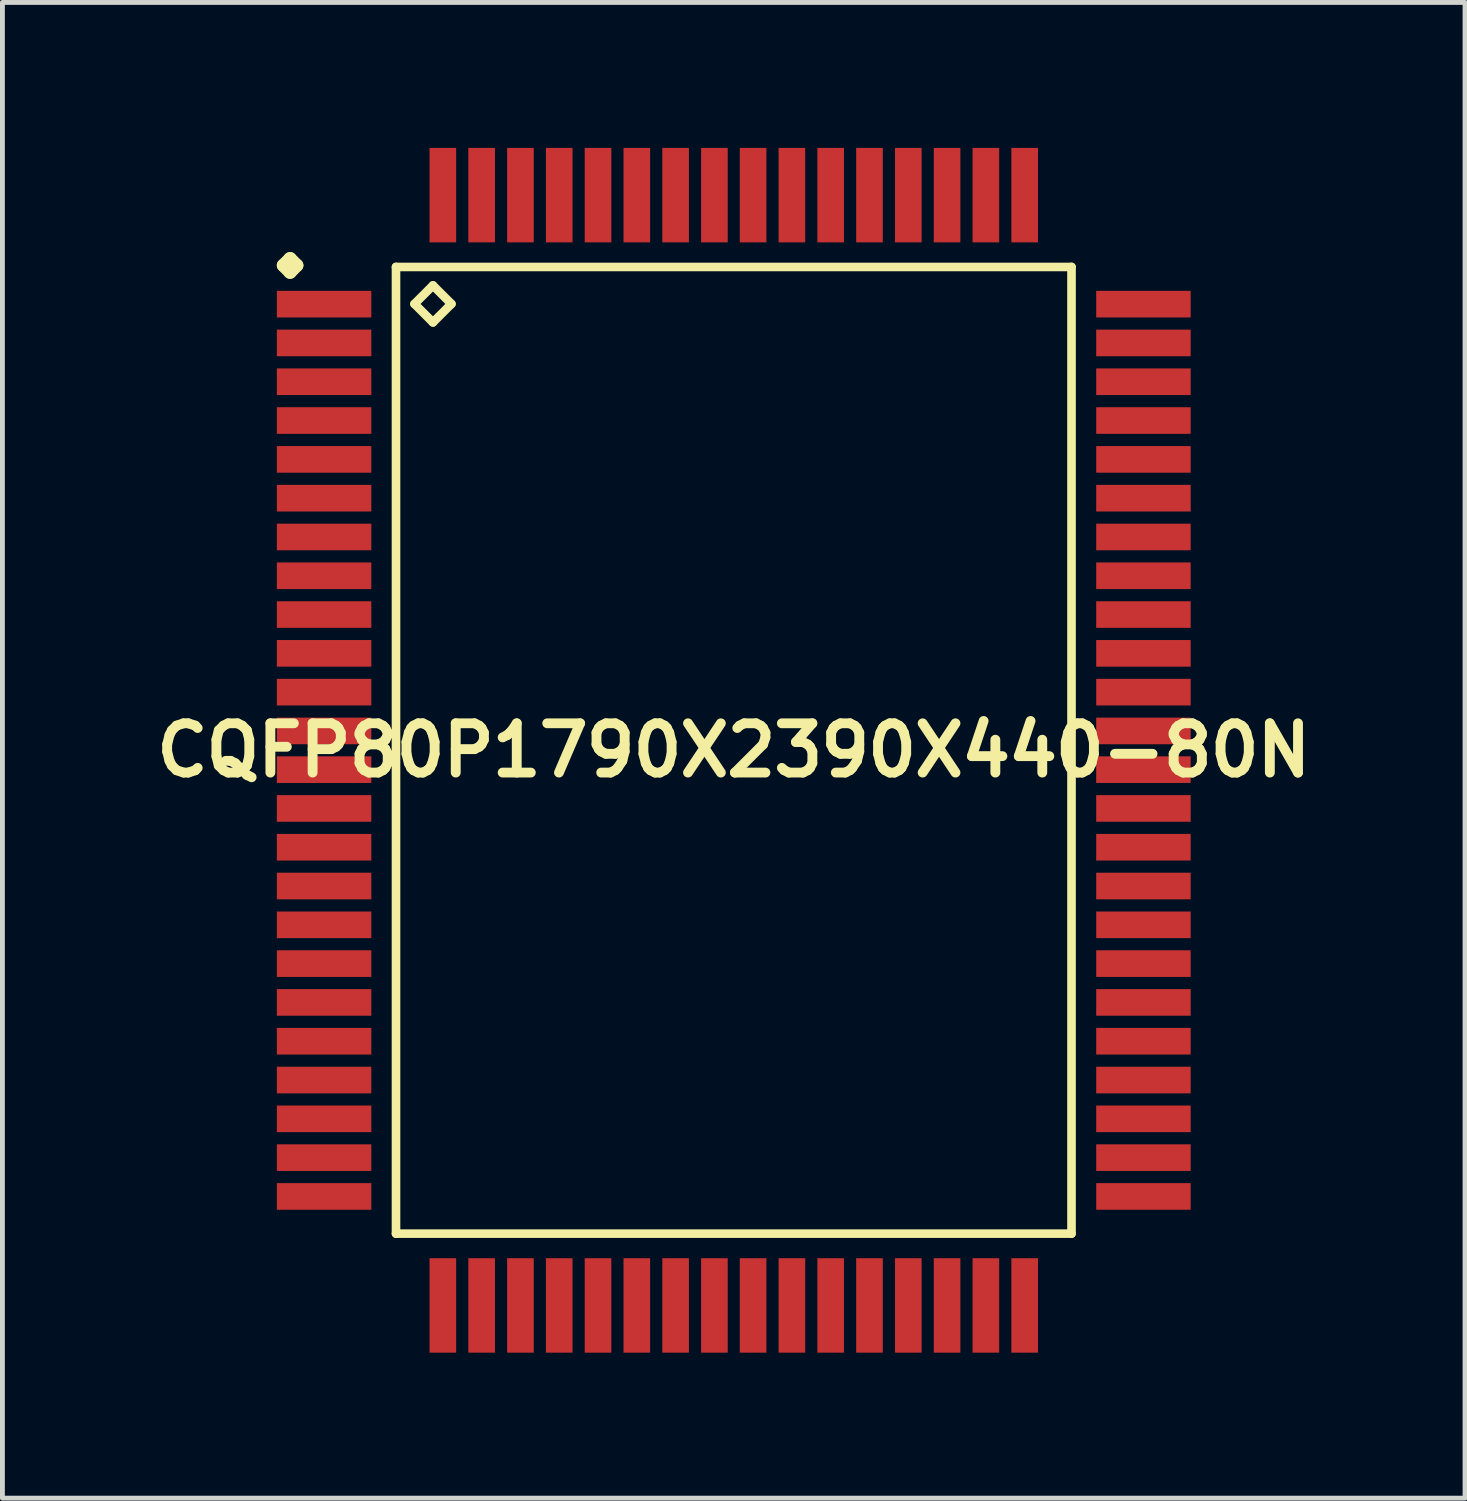
<source format=kicad_pcb>
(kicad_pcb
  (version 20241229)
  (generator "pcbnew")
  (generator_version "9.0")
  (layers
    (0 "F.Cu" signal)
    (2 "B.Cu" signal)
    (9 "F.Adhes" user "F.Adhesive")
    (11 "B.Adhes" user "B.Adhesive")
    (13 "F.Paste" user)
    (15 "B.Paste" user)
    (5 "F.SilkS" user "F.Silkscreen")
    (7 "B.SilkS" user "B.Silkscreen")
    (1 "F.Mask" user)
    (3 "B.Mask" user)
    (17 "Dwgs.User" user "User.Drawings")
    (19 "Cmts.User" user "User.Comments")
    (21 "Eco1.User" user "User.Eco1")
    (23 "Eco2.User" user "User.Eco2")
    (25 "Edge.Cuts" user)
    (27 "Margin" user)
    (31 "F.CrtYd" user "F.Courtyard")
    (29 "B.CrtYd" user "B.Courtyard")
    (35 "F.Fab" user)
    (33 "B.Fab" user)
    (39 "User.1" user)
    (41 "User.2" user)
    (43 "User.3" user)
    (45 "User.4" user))
  (footprint "CQFP80P1790X2390X440-80N"
    (layer "F.Cu")
    (at 12.081 12.422)
    (property "Reference" "CQFP80P1790X2390X440-80N" (at 0 0 0) (layer "F.SilkS") (effects (font (size 1.016 1.016) (thickness 0.203))))
    (attr smd)
    (fp_line (start -9.286 -10) (end -9.149 -10.137) (stroke (width 0.274) (type solid)) (layer "F.SilkS"))
    (fp_line (start -9.149 -10.137) (end -9.012 -10) (stroke (width 0.274) (type solid)) (layer "F.SilkS"))
    (fp_line (start -9.149 -9.86) (end -9.286 -10) (stroke (width 0.274) (type solid)) (layer "F.SilkS"))
    (fp_line (start -9.012 -10) (end -9.149 -9.86) (stroke (width 0.274) (type solid)) (layer "F.SilkS"))
    (fp_line (start -6.965 -9.967) (end -6.965 9.967) (stroke (width 0.178) (type solid)) (layer "F.SilkS"))
    (fp_line (start -6.965 9.967) (end 6.965 9.967) (stroke (width 0.178) (type solid)) (layer "F.SilkS"))
    (fp_line (start -6.584 -9.205) (end -6.203 -9.586) (stroke (width 0.178) (type solid)) (layer "F.SilkS"))
    (fp_line (start -6.203 -9.586) (end -5.822 -9.205) (stroke (width 0.178) (type solid)) (layer "F.SilkS"))
    (fp_line (start -6.203 -8.824) (end -6.584 -9.205) (stroke (width 0.178) (type solid)) (layer "F.SilkS"))
    (fp_line (start -5.822 -9.205) (end -6.203 -8.824) (stroke (width 0.178) (type solid)) (layer "F.SilkS"))
    (fp_line (start 6.965 -9.967) (end -6.965 -9.967) (stroke (width 0.178) (type solid)) (layer "F.SilkS"))
    (fp_line (start 6.965 9.967) (end 6.965 -9.967) (stroke (width 0.178) (type solid)) (layer "F.SilkS"))
    (pad "1" smd rect (at -8.448 -9.2) (size 1.948 0.549) (layers "F.Cu" "F.Mask" "F.Paste"))
    (pad "2" smd rect (at -8.448 -8.4) (size 1.948 0.549) (layers "F.Cu" "F.Mask" "F.Paste"))
    (pad "3" smd rect (at -8.448 -7.6) (size 1.948 0.549) (layers "F.Cu" "F.Mask" "F.Paste"))
    (pad "4" smd rect (at -8.448 -6.8) (size 1.948 0.549) (layers "F.Cu" "F.Mask" "F.Paste"))
    (pad "5" smd rect (at -8.448 -5.999) (size 1.948 0.549) (layers "F.Cu" "F.Mask" "F.Paste"))
    (pad "6" smd rect (at -8.448 -5.199) (size 1.948 0.549) (layers "F.Cu" "F.Mask" "F.Paste"))
    (pad "7" smd rect (at -8.448 -4.399) (size 1.948 0.549) (layers "F.Cu" "F.Mask" "F.Paste"))
    (pad "8" smd rect (at -8.448 -3.599) (size 1.948 0.549) (layers "F.Cu" "F.Mask" "F.Paste"))
    (pad "9" smd rect (at -8.448 -2.799) (size 1.948 0.549) (layers "F.Cu" "F.Mask" "F.Paste"))
    (pad "10" smd rect (at -8.448 -1.999) (size 1.948 0.549) (layers "F.Cu" "F.Mask" "F.Paste"))
    (pad "11" smd rect (at -8.448 -1.199) (size 1.948 0.549) (layers "F.Cu" "F.Mask" "F.Paste"))
    (pad "12" smd rect (at -8.448 -0.399) (size 1.948 0.549) (layers "F.Cu" "F.Mask" "F.Paste"))
    (pad "13" smd rect (at -8.448 0.399) (size 1.948 0.549) (layers "F.Cu" "F.Mask" "F.Paste"))
    (pad "14" smd rect (at -8.448 1.199) (size 1.948 0.549) (layers "F.Cu" "F.Mask" "F.Paste"))
    (pad "15" smd rect (at -8.448 1.999) (size 1.948 0.549) (layers "F.Cu" "F.Mask" "F.Paste"))
    (pad "16" smd rect (at -8.448 2.799) (size 1.948 0.549) (layers "F.Cu" "F.Mask" "F.Paste"))
    (pad "17" smd rect (at -8.448 3.599) (size 1.948 0.549) (layers "F.Cu" "F.Mask" "F.Paste"))
    (pad "18" smd rect (at -8.448 4.399) (size 1.948 0.549) (layers "F.Cu" "F.Mask" "F.Paste"))
    (pad "19" smd rect (at -8.448 5.199) (size 1.948 0.549) (layers "F.Cu" "F.Mask" "F.Paste"))
    (pad "20" smd rect (at -8.448 5.999) (size 1.948 0.549) (layers "F.Cu" "F.Mask" "F.Paste"))
    (pad "21" smd rect (at -8.448 6.8) (size 1.948 0.549) (layers "F.Cu" "F.Mask" "F.Paste"))
    (pad "22" smd rect (at -8.448 7.6) (size 1.948 0.549) (layers "F.Cu" "F.Mask" "F.Paste"))
    (pad "23" smd rect (at -8.448 8.4) (size 1.948 0.549) (layers "F.Cu" "F.Mask" "F.Paste"))
    (pad "24" smd rect (at -8.448 9.2) (size 1.948 0.549) (layers "F.Cu" "F.Mask" "F.Paste"))
    (pad "25" smd rect (at -5.999 11.448) (size 0.549 1.948) (layers "F.Cu" "F.Mask" "F.Paste"))
    (pad "26" smd rect (at -5.199 11.448) (size 0.549 1.948) (layers "F.Cu" "F.Mask" "F.Paste"))
    (pad "27" smd rect (at -4.399 11.448) (size 0.549 1.948) (layers "F.Cu" "F.Mask" "F.Paste"))
    (pad "28" smd rect (at -3.599 11.448) (size 0.549 1.948) (layers "F.Cu" "F.Mask" "F.Paste"))
    (pad "29" smd rect (at -2.799 11.448) (size 0.549 1.948) (layers "F.Cu" "F.Mask" "F.Paste"))
    (pad "30" smd rect (at -1.999 11.448) (size 0.549 1.948) (layers "F.Cu" "F.Mask" "F.Paste"))
    (pad "31" smd rect (at -1.199 11.448) (size 0.549 1.948) (layers "F.Cu" "F.Mask" "F.Paste"))
    (pad "32" smd rect (at -0.399 11.448) (size 0.549 1.948) (layers "F.Cu" "F.Mask" "F.Paste"))
    (pad "33" smd rect (at 0.399 11.448) (size 0.549 1.948) (layers "F.Cu" "F.Mask" "F.Paste"))
    (pad "34" smd rect (at 1.199 11.448) (size 0.549 1.948) (layers "F.Cu" "F.Mask" "F.Paste"))
    (pad "35" smd rect (at 1.999 11.448) (size 0.549 1.948) (layers "F.Cu" "F.Mask" "F.Paste"))
    (pad "36" smd rect (at 2.799 11.448) (size 0.549 1.948) (layers "F.Cu" "F.Mask" "F.Paste"))
    (pad "37" smd rect (at 3.599 11.448) (size 0.549 1.948) (layers "F.Cu" "F.Mask" "F.Paste"))
    (pad "38" smd rect (at 4.399 11.448) (size 0.549 1.948) (layers "F.Cu" "F.Mask" "F.Paste"))
    (pad "39" smd rect (at 5.199 11.448) (size 0.549 1.948) (layers "F.Cu" "F.Mask" "F.Paste"))
    (pad "40" smd rect (at 5.999 11.448) (size 0.549 1.948) (layers "F.Cu" "F.Mask" "F.Paste"))
    (pad "41" smd rect (at 8.448 9.2) (size 1.948 0.549) (layers "F.Cu" "F.Mask" "F.Paste"))
    (pad "42" smd rect (at 8.448 8.4) (size 1.948 0.549) (layers "F.Cu" "F.Mask" "F.Paste"))
    (pad "43" smd rect (at 8.448 7.6) (size 1.948 0.549) (layers "F.Cu" "F.Mask" "F.Paste"))
    (pad "44" smd rect (at 8.448 6.8) (size 1.948 0.549) (layers "F.Cu" "F.Mask" "F.Paste"))
    (pad "45" smd rect (at 8.448 5.999) (size 1.948 0.549) (layers "F.Cu" "F.Mask" "F.Paste"))
    (pad "46" smd rect (at 8.448 5.199) (size 1.948 0.549) (layers "F.Cu" "F.Mask" "F.Paste"))
    (pad "47" smd rect (at 8.448 4.399) (size 1.948 0.549) (layers "F.Cu" "F.Mask" "F.Paste"))
    (pad "48" smd rect (at 8.448 3.599) (size 1.948 0.549) (layers "F.Cu" "F.Mask" "F.Paste"))
    (pad "49" smd rect (at 8.448 2.799) (size 1.948 0.549) (layers "F.Cu" "F.Mask" "F.Paste"))
    (pad "50" smd rect (at 8.448 1.999) (size 1.948 0.549) (layers "F.Cu" "F.Mask" "F.Paste"))
    (pad "51" smd rect (at 8.448 1.199) (size 1.948 0.549) (layers "F.Cu" "F.Mask" "F.Paste"))
    (pad "52" smd rect (at 8.448 0.399) (size 1.948 0.549) (layers "F.Cu" "F.Mask" "F.Paste"))
    (pad "53" smd rect (at 8.448 -0.399) (size 1.948 0.549) (layers "F.Cu" "F.Mask" "F.Paste"))
    (pad "54" smd rect (at 8.448 -1.199) (size 1.948 0.549) (layers "F.Cu" "F.Mask" "F.Paste"))
    (pad "55" smd rect (at 8.448 -1.999) (size 1.948 0.549) (layers "F.Cu" "F.Mask" "F.Paste"))
    (pad "56" smd rect (at 8.448 -2.799) (size 1.948 0.549) (layers "F.Cu" "F.Mask" "F.Paste"))
    (pad "57" smd rect (at 8.448 -3.599) (size 1.948 0.549) (layers "F.Cu" "F.Mask" "F.Paste"))
    (pad "58" smd rect (at 8.448 -4.399) (size 1.948 0.549) (layers "F.Cu" "F.Mask" "F.Paste"))
    (pad "59" smd rect (at 8.448 -5.199) (size 1.948 0.549) (layers "F.Cu" "F.Mask" "F.Paste"))
    (pad "60" smd rect (at 8.448 -5.999) (size 1.948 0.549) (layers "F.Cu" "F.Mask" "F.Paste"))
    (pad "61" smd rect (at 8.448 -6.8) (size 1.948 0.549) (layers "F.Cu" "F.Mask" "F.Paste"))
    (pad "62" smd rect (at 8.448 -7.6) (size 1.948 0.549) (layers "F.Cu" "F.Mask" "F.Paste"))
    (pad "63" smd rect (at 8.448 -8.4) (size 1.948 0.549) (layers "F.Cu" "F.Mask" "F.Paste"))
    (pad "64" smd rect (at 8.448 -9.2) (size 1.948 0.549) (layers "F.Cu" "F.Mask" "F.Paste"))
    (pad "65" smd rect (at 5.999 -11.448) (size 0.549 1.948) (layers "F.Cu" "F.Mask" "F.Paste"))
    (pad "66" smd rect (at 5.199 -11.448) (size 0.549 1.948) (layers "F.Cu" "F.Mask" "F.Paste"))
    (pad "67" smd rect (at 4.399 -11.448) (size 0.549 1.948) (layers "F.Cu" "F.Mask" "F.Paste"))
    (pad "68" smd rect (at 3.599 -11.448) (size 0.549 1.948) (layers "F.Cu" "F.Mask" "F.Paste"))
    (pad "69" smd rect (at 2.799 -11.448) (size 0.549 1.948) (layers "F.Cu" "F.Mask" "F.Paste"))
    (pad "70" smd rect (at 1.999 -11.448) (size 0.549 1.948) (layers "F.Cu" "F.Mask" "F.Paste"))
    (pad "71" smd rect (at 1.199 -11.448) (size 0.549 1.948) (layers "F.Cu" "F.Mask" "F.Paste"))
    (pad "72" smd rect (at 0.399 -11.448) (size 0.549 1.948) (layers "F.Cu" "F.Mask" "F.Paste"))
    (pad "73" smd rect (at -0.399 -11.448) (size 0.549 1.948) (layers "F.Cu" "F.Mask" "F.Paste"))
    (pad "74" smd rect (at -1.199 -11.448) (size 0.549 1.948) (layers "F.Cu" "F.Mask" "F.Paste"))
    (pad "75" smd rect (at -1.999 -11.448) (size 0.549 1.948) (layers "F.Cu" "F.Mask" "F.Paste"))
    (pad "76" smd rect (at -2.799 -11.448) (size 0.549 1.948) (layers "F.Cu" "F.Mask" "F.Paste"))
    (pad "77" smd rect (at -3.599 -11.448) (size 0.549 1.948) (layers "F.Cu" "F.Mask" "F.Paste"))
    (pad "78" smd rect (at -4.399 -11.448) (size 0.549 1.948) (layers "F.Cu" "F.Mask" "F.Paste"))
    (pad "79" smd rect (at -5.199 -11.448) (size 0.549 1.948) (layers "F.Cu" "F.Mask" "F.Paste"))
    (pad "80" smd rect (at -5.999 -11.448) (size 0.549 1.948) (layers "F.Cu" "F.Mask" "F.Paste")))
  (gr_rect
    (start -3 -3)
    (end 27.161 27.844)
    (stroke (width 0.1) (type default))
    (fill no)
    (layer "Edge.Cuts")))
</source>
